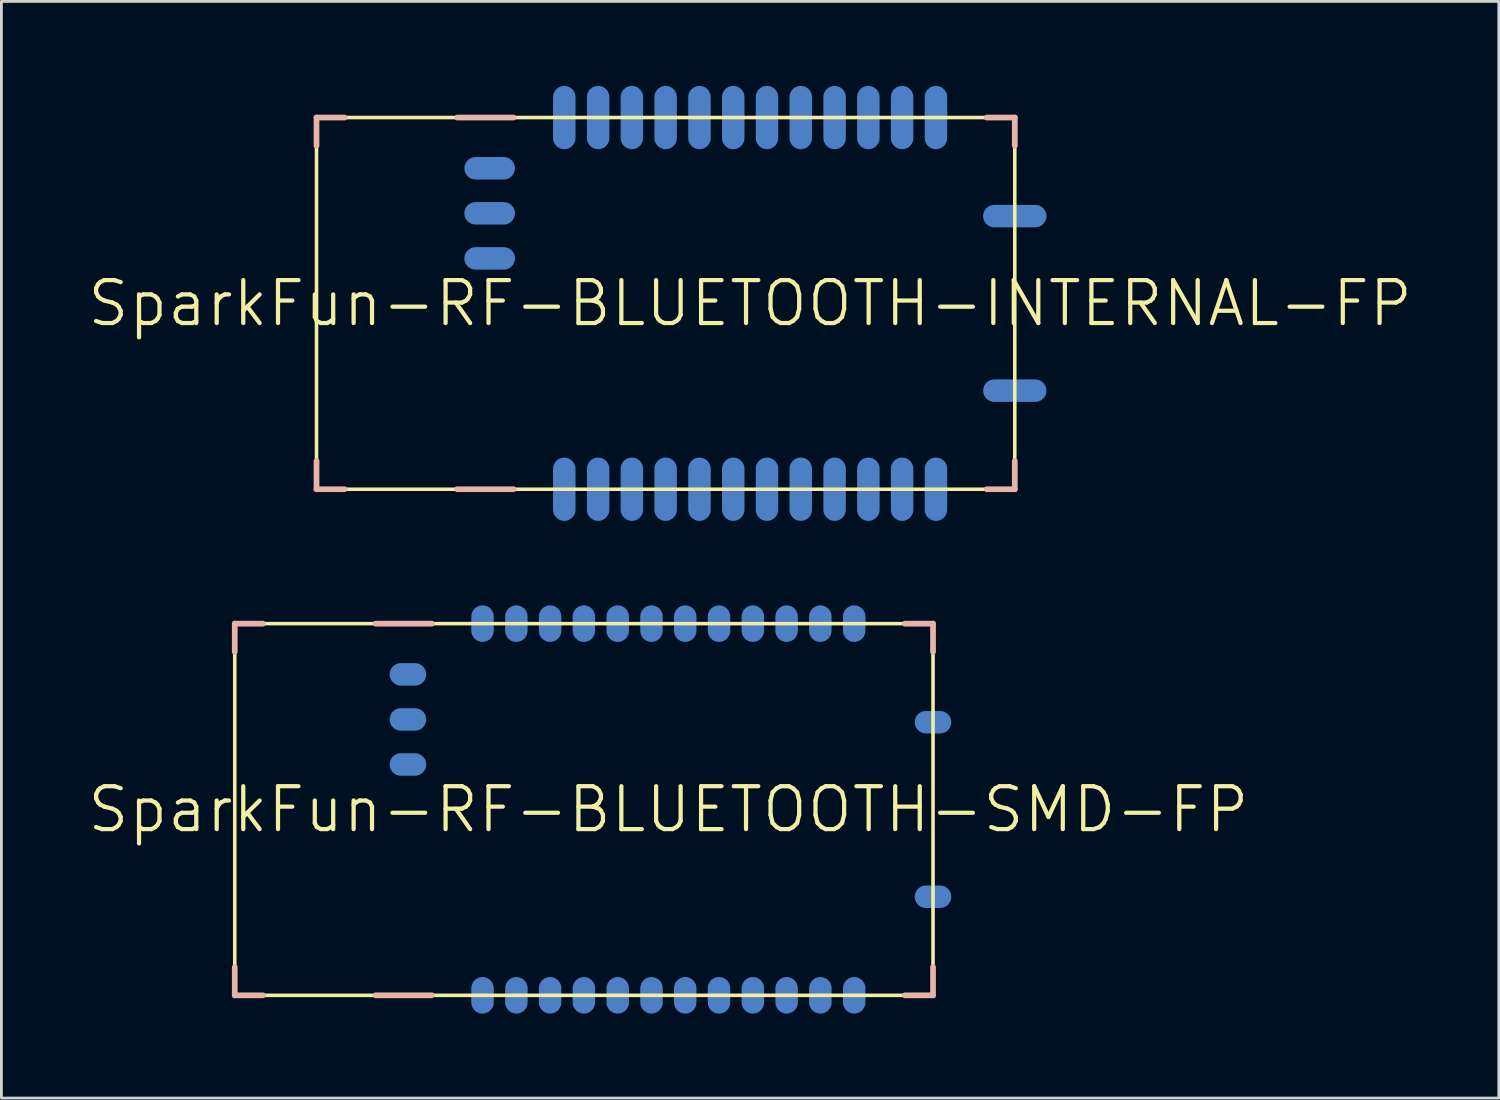
<source format=kicad_pcb>
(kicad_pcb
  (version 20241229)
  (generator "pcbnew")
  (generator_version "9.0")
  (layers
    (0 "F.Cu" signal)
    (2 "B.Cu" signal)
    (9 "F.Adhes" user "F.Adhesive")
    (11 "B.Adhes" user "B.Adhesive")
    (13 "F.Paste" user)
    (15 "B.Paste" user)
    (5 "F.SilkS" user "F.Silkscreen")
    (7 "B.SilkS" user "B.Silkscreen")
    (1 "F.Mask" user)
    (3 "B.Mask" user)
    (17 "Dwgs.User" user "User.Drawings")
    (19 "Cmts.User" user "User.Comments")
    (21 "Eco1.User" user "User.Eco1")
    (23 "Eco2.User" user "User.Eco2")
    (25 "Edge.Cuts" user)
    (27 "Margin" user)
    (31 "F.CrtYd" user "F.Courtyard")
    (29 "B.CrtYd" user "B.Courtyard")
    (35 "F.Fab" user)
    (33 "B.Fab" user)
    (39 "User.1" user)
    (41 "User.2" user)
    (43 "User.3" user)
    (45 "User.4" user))
  (footprint "SparkFun-RF-BLUETOOTH-SMD-FP"
    (layer "F.Cu")
    (at 20.683 25.694)
    (property "Reference" "SparkFun-RF-BLUETOOTH-SMD-FP" (at 0 0 0) (layer "F.SilkS") (effects (font (size 1.524 1.524) (thickness 0.15))))
    (attr smd)
    (fp_line (start -15.397 -6.599) (end -15.397 6.599) (stroke (width 0.127) (type solid)) (layer "F.SilkS"))
    (fp_line (start -15.397 6.599) (end 9.398 6.599) (stroke (width 0.127) (type solid)) (layer "F.SilkS"))
    (fp_line (start 9.398 -6.599) (end -15.397 -6.599) (stroke (width 0.127) (type solid)) (layer "F.SilkS"))
    (fp_line (start 9.398 6.599) (end 9.398 -6.599) (stroke (width 0.127) (type solid)) (layer "F.SilkS"))
    (fp_line (start -15.397 -6.599) (end -15.397 -5.598) (stroke (width 0.203) (type solid)) (layer "B.SilkS"))
    (fp_line (start -15.397 -6.599) (end -14.399 -6.599) (stroke (width 0.203) (type solid)) (layer "B.SilkS"))
    (fp_line (start -15.397 6.599) (end -15.397 5.598) (stroke (width 0.203) (type solid)) (layer "B.SilkS"))
    (fp_line (start -15.397 6.599) (end -14.399 6.599) (stroke (width 0.203) (type solid)) (layer "B.SilkS"))
    (fp_line (start -10.399 -6.599) (end -8.4 -6.599) (stroke (width 0.203) (type solid)) (layer "B.SilkS"))
    (fp_line (start -8.4 6.599) (end -10.399 6.599) (stroke (width 0.203) (type solid)) (layer "B.SilkS"))
    (fp_line (start 9.398 -6.599) (end 8.4 -6.599) (stroke (width 0.203) (type solid)) (layer "B.SilkS"))
    (fp_line (start 9.398 -6.599) (end 9.398 -5.598) (stroke (width 0.203) (type solid)) (layer "B.SilkS"))
    (fp_line (start 9.398 6.599) (end 8.4 6.599) (stroke (width 0.203) (type solid)) (layer "B.SilkS"))
    (fp_line (start 9.398 6.599) (end 9.398 5.598) (stroke (width 0.203) (type solid)) (layer "B.SilkS"))
    (pad "1" smd oval (at -6.599 6.599) (size 0.798 1.298) (layers "B.Cu" "B.Mask"))
    (pad "2" smd oval (at -5.397 6.599) (size 0.798 1.298) (layers "B.Cu" "B.Mask"))
    (pad "3" smd oval (at -4.199 6.599) (size 0.798 1.298) (layers "B.Cu" "B.Mask"))
    (pad "4" smd oval (at -3 6.599) (size 0.798 1.298) (layers "B.Cu" "B.Mask"))
    (pad "5" smd oval (at -1.798 6.599) (size 0.798 1.298) (layers "B.Cu" "B.Mask"))
    (pad "6" smd oval (at -0.599 6.599) (size 0.798 1.298) (layers "B.Cu" "B.Mask"))
    (pad "7" smd oval (at 0.599 6.599) (size 0.798 1.298) (layers "B.Cu" "B.Mask"))
    (pad "8" smd oval (at 1.798 6.599) (size 0.798 1.298) (layers "B.Cu" "B.Mask"))
    (pad "9" smd oval (at 3 6.599) (size 0.798 1.298) (layers "B.Cu" "B.Mask"))
    (pad "10" smd oval (at 4.199 6.599) (size 0.798 1.298) (layers "B.Cu" "B.Mask"))
    (pad "11" smd oval (at 5.397 6.599) (size 0.798 1.298) (layers "B.Cu" "B.Mask"))
    (pad "12" smd oval (at 6.599 6.599) (size 0.798 1.298) (layers "B.Cu" "B.Mask"))
    (pad "13" smd oval (at 6.599 -6.599) (size 0.798 1.298) (layers "B.Cu" "B.Mask"))
    (pad "14" smd oval (at 5.397 -6.599) (size 0.798 1.298) (layers "B.Cu" "B.Mask"))
    (pad "15" smd oval (at 4.199 -6.599) (size 0.798 1.298) (layers "B.Cu" "B.Mask"))
    (pad "16" smd oval (at 3 -6.599) (size 0.798 1.298) (layers "B.Cu" "B.Mask"))
    (pad "17" smd oval (at 1.798 -6.599) (size 0.798 1.298) (layers "B.Cu" "B.Mask"))
    (pad "18" smd oval (at 0.599 -6.599) (size 0.798 1.298) (layers "B.Cu" "B.Mask"))
    (pad "19" smd oval (at -0.599 -6.599) (size 0.798 1.298) (layers "B.Cu" "B.Mask"))
    (pad "20" smd oval (at -1.798 -6.599) (size 0.798 1.298) (layers "B.Cu" "B.Mask"))
    (pad "21" smd oval (at -3 -6.599) (size 0.798 1.298) (layers "B.Cu" "B.Mask"))
    (pad "22" smd oval (at -4.199 -6.599) (size 0.798 1.298) (layers "B.Cu" "B.Mask"))
    (pad "23" smd oval (at -5.397 -6.599) (size 0.798 1.298) (layers "B.Cu" "B.Mask"))
    (pad "24" smd oval (at -6.599 -6.599) (size 0.798 1.298) (layers "B.Cu" "B.Mask"))
    (pad "25" smd oval (at -9.248 -4.798 90) (size 0.798 1.298) (layers "B.Cu" "B.Mask"))
    (pad "26" smd oval (at -9.248 -3.198 90) (size 0.798 1.298) (layers "B.Cu" "B.Mask"))
    (pad "27" smd oval (at -9.248 -1.598 90) (size 0.798 1.298) (layers "B.Cu" "B.Mask"))
    (pad "28" smd oval (at 9.398 -3.099 90) (size 0.798 1.298) (layers "B.Cu" "B.Mask"))
    (pad "29" smd oval (at 9.398 3.099 90) (size 0.798 1.298) (layers "B.Cu" "B.Mask")))
  (footprint "SparkFun-RF-BLUETOOTH-INTERNAL-FP"
    (layer "F.Cu")
    (at 23.586 7.723)
    (property "Reference" "SparkFun-RF-BLUETOOTH-INTERNAL-FP" (at 0 0 0) (layer "F.SilkS") (effects (font (size 1.524 1.524) (thickness 0.15))))
    (attr smd)
    (fp_line (start -15.397 -6.599) (end -15.397 6.599) (stroke (width 0.127) (type solid)) (layer "F.SilkS"))
    (fp_line (start -15.397 6.599) (end 9.398 6.599) (stroke (width 0.127) (type solid)) (layer "F.SilkS"))
    (fp_line (start 9.398 -6.599) (end -15.397 -6.599) (stroke (width 0.127) (type solid)) (layer "F.SilkS"))
    (fp_line (start 9.398 6.599) (end 9.398 -6.599) (stroke (width 0.127) (type solid)) (layer "F.SilkS"))
    (fp_line (start -15.397 -6.599) (end -15.397 -5.598) (stroke (width 0.203) (type solid)) (layer "B.SilkS"))
    (fp_line (start -15.397 -6.599) (end -14.399 -6.599) (stroke (width 0.203) (type solid)) (layer "B.SilkS"))
    (fp_line (start -15.397 6.599) (end -15.397 5.598) (stroke (width 0.203) (type solid)) (layer "B.SilkS"))
    (fp_line (start -15.397 6.599) (end -14.399 6.599) (stroke (width 0.203) (type solid)) (layer "B.SilkS"))
    (fp_line (start -10.399 -6.599) (end -8.4 -6.599) (stroke (width 0.203) (type solid)) (layer "B.SilkS"))
    (fp_line (start -8.4 6.599) (end -10.399 6.599) (stroke (width 0.203) (type solid)) (layer "B.SilkS"))
    (fp_line (start 9.398 -6.599) (end 8.4 -6.599) (stroke (width 0.203) (type solid)) (layer "B.SilkS"))
    (fp_line (start 9.398 -6.599) (end 9.398 -5.598) (stroke (width 0.203) (type solid)) (layer "B.SilkS"))
    (fp_line (start 9.398 6.599) (end 8.4 6.599) (stroke (width 0.203) (type solid)) (layer "B.SilkS"))
    (fp_line (start 9.398 6.599) (end 9.398 5.598) (stroke (width 0.203) (type solid)) (layer "B.SilkS"))
    (pad "1" smd oval (at -6.599 6.599) (size 0.798 2.248) (layers "B.Cu" "B.Mask"))
    (pad "2" smd oval (at -5.397 6.599) (size 0.798 2.248) (layers "B.Cu" "B.Mask"))
    (pad "3" smd oval (at -4.199 6.599) (size 0.798 2.248) (layers "B.Cu" "B.Mask"))
    (pad "4" smd oval (at -3 6.599) (size 0.798 2.248) (layers "B.Cu" "B.Mask"))
    (pad "5" smd oval (at -1.798 6.599) (size 0.798 2.248) (layers "B.Cu" "B.Mask"))
    (pad "6" smd oval (at -0.599 6.599) (size 0.798 2.248) (layers "B.Cu" "B.Mask"))
    (pad "7" smd oval (at 0.599 6.599) (size 0.798 2.248) (layers "B.Cu" "B.Mask"))
    (pad "8" smd oval (at 1.798 6.599) (size 0.798 2.248) (layers "B.Cu" "B.Mask"))
    (pad "9" smd oval (at 3 6.599) (size 0.798 2.248) (layers "B.Cu" "B.Mask"))
    (pad "10" smd oval (at 4.199 6.599) (size 0.798 2.248) (layers "B.Cu" "B.Mask"))
    (pad "11" smd oval (at 5.397 6.599) (size 0.798 2.248) (layers "B.Cu" "B.Mask"))
    (pad "12" smd oval (at 6.599 6.599) (size 0.798 2.248) (layers "B.Cu" "B.Mask"))
    (pad "13" smd oval (at 6.599 -6.599) (size 0.798 2.248) (layers "B.Cu" "B.Mask"))
    (pad "14" smd oval (at 5.397 -6.599) (size 0.798 2.248) (layers "B.Cu" "B.Mask"))
    (pad "15" smd oval (at 4.199 -6.599) (size 0.798 2.248) (layers "B.Cu" "B.Mask"))
    (pad "16" smd oval (at 3 -6.599) (size 0.798 2.248) (layers "B.Cu" "B.Mask"))
    (pad "17" smd oval (at 1.798 -6.599) (size 0.798 2.248) (layers "B.Cu" "B.Mask"))
    (pad "18" smd oval (at 0.599 -6.599) (size 0.798 2.248) (layers "B.Cu" "B.Mask"))
    (pad "19" smd oval (at -0.599 -6.599) (size 0.798 2.248) (layers "B.Cu" "B.Mask"))
    (pad "20" smd oval (at -1.798 -6.599) (size 0.798 2.248) (layers "B.Cu" "B.Mask"))
    (pad "21" smd oval (at -3 -6.599) (size 0.798 2.248) (layers "B.Cu" "B.Mask"))
    (pad "22" smd oval (at -4.199 -6.599) (size 0.798 2.248) (layers "B.Cu" "B.Mask"))
    (pad "23" smd oval (at -5.397 -6.599) (size 0.798 2.248) (layers "B.Cu" "B.Mask"))
    (pad "24" smd oval (at -6.599 -6.599) (size 0.798 2.248) (layers "B.Cu" "B.Mask"))
    (pad "25" smd oval (at -9.248 -4.798 90) (size 0.798 1.798) (layers "B.Cu" "B.Mask"))
    (pad "26" smd oval (at -9.248 -3.198 90) (size 0.798 1.798) (layers "B.Cu" "B.Mask"))
    (pad "27" smd oval (at -9.248 -1.598 90) (size 0.798 1.798) (layers "B.Cu" "B.Mask"))
    (pad "28" smd oval (at 9.398 -3.099 90) (size 0.798 2.248) (layers "B.Cu" "B.Mask"))
    (pad "29" smd oval (at 9.398 3.099 90) (size 0.798 2.248) (layers "B.Cu" "B.Mask")))
  (gr_rect
    (start -3 -3)
    (end 50.171 35.942)
    (stroke (width 0.1) (type default))
    (fill no)
    (layer "Edge.Cuts")))
</source>
